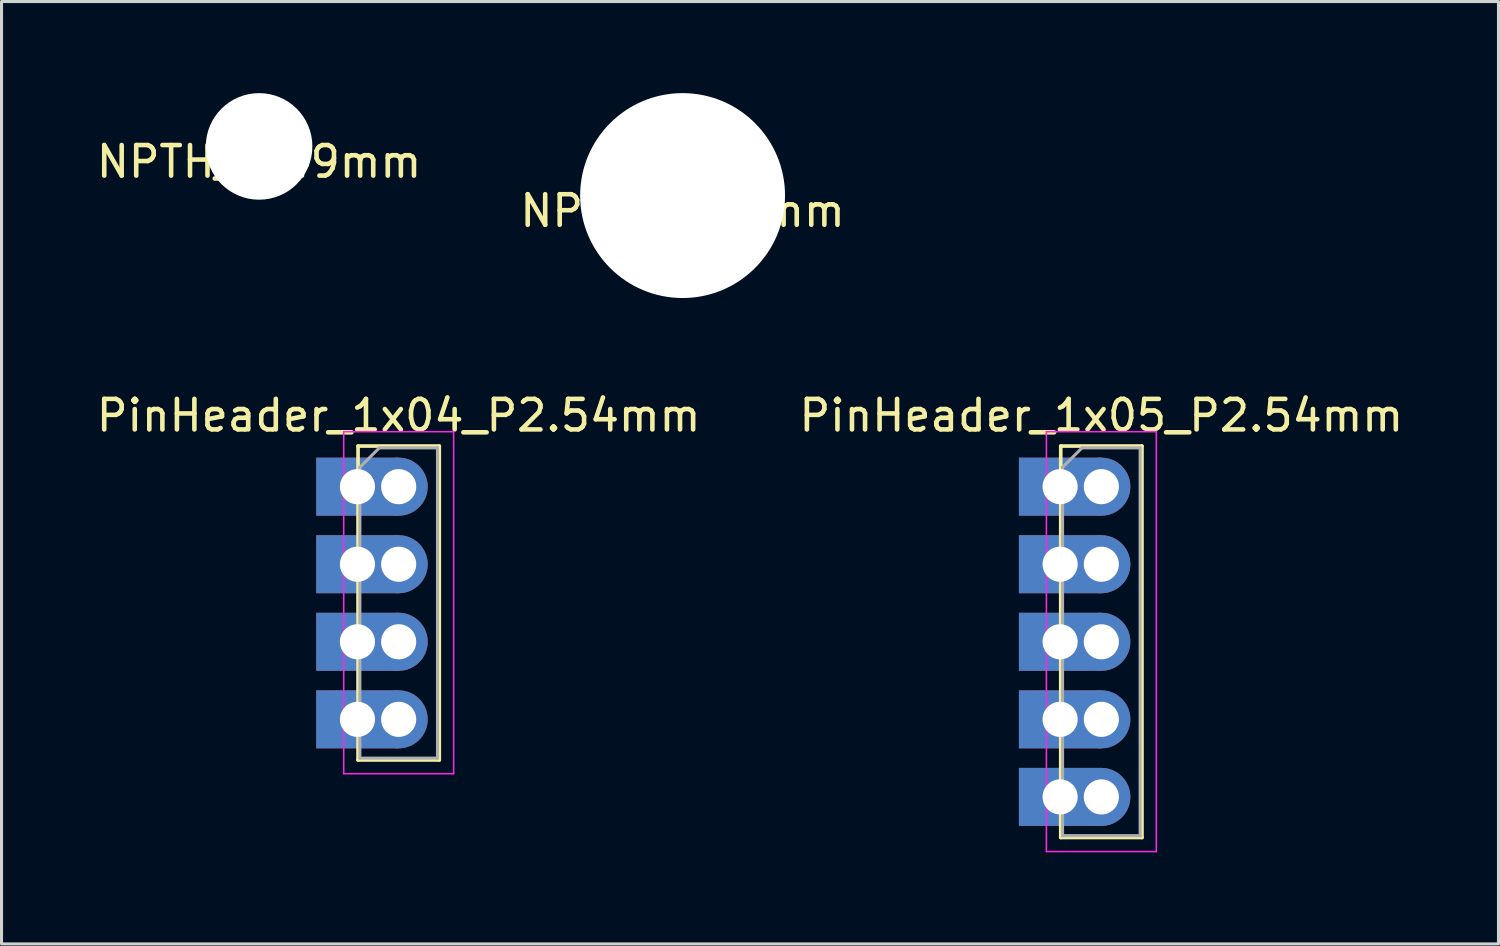
<source format=kicad_pcb>
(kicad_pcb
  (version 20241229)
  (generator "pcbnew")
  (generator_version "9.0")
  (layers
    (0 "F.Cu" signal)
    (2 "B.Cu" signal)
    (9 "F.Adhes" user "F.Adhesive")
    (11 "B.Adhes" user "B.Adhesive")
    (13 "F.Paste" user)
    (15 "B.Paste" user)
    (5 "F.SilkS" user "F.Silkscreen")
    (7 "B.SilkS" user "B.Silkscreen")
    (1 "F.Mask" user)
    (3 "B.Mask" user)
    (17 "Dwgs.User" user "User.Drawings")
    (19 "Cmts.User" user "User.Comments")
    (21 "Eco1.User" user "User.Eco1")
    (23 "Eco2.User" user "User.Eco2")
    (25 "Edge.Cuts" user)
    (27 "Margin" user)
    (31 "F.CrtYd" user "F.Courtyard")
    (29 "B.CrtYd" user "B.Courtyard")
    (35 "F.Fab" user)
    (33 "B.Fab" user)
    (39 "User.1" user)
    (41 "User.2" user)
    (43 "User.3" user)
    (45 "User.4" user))
  (footprint "NPTH_6.71mm"
    (layer "F.Cu")
    (at 19.304 3.355)
    (property "Reference" "NPTH_6.71mm" (at 0 0.5 0) (unlocked yes) (layer "F.SilkS") (effects (font (size 1 1) (thickness 0.15))))
    (attr through_hole)
    (pad "" np_thru_hole circle (at 0 0) (size 6.71 6.71) (drill 6.71) (layers "*.Cu" "*.Mask")))
  (footprint "NPTH_3.49mm"
    (layer "F.Cu")
    (at 5.435 1.745)
    (property "Reference" "NPTH_3.49mm" (at 0 0.5 0) (unlocked yes) (layer "F.SilkS") (effects (font (size 1 1) (thickness 0.15))))
    (attr through_hole)
    (pad "" np_thru_hole circle (at 0 0) (size 3.49 3.49) (drill 3.49) (layers "*.Cu" "*.Mask")))
  (footprint "PinHeader_1x04_P2.54mm"
    (layer "F.Cu")
    (at 10.006 12.888)
    (property "Reference" "PinHeader_1x04_P2.54mm" (at 0 -2.33 0) (layer "F.SilkS") (effects (font (size 1 1) (thickness 0.15))))
    (attr through_hole)
    (fp_line (start -1.33 -1.33) (end -1.33 8.95) (stroke (width 0.12) (type solid)) (layer "F.SilkS"))
    (fp_line (start -1.33 -1.33) (end 1.33 -1.33) (stroke (width 0.12) (type solid)) (layer "F.SilkS"))
    (fp_line (start -1.33 8.95) (end 1.33 8.95) (stroke (width 0.12) (type solid)) (layer "F.SilkS"))
    (fp_line (start 1.33 -1.33) (end 1.33 8.95) (stroke (width 0.12) (type solid)) (layer "F.SilkS"))
    (fp_line (start -1.8 -1.8) (end -1.8 9.4) (stroke (width 0.05) (type solid)) (layer "F.CrtYd"))
    (fp_line (start -1.8 9.4) (end 1.8 9.4) (stroke (width 0.05) (type solid)) (layer "F.CrtYd"))
    (fp_line (start 1.8 -1.8) (end -1.8 -1.8) (stroke (width 0.05) (type solid)) (layer "F.CrtYd"))
    (fp_line (start 1.8 9.4) (end 1.8 -1.8) (stroke (width 0.05) (type solid)) (layer "F.CrtYd"))
    (fp_line (start -1.27 -0.635) (end -0.635 -1.27) (stroke (width 0.1) (type solid)) (layer "F.Fab"))
    (fp_line (start -1.27 8.89) (end -1.27 -0.635) (stroke (width 0.1) (type solid)) (layer "F.Fab"))
    (fp_line (start -0.635 -1.27) (end 1.27 -1.27) (stroke (width 0.1) (type solid)) (layer "F.Fab"))
    (fp_line (start 1.27 -1.27) (end 1.27 8.89) (stroke (width 0.1) (type solid)) (layer "F.Fab"))
    (fp_line (start 1.27 8.89) (end -1.27 8.89) (stroke (width 0.1) (type solid)) (layer "F.Fab"))
    (pad "1" thru_hole rect (at -1.35 0) (size 2.7 1.9) (drill 1.15) (layers "*.Cu" "*.Mask"))
    (pad "1" thru_hole circle (at 0 0) (size 1.9 1.9) (drill 1.15) (layers "*.Cu" "*.Mask"))
    (pad "2" thru_hole rect (at -1.35 2.54) (size 2.7 1.9) (drill 1.15) (layers "*.Cu" "*.Mask"))
    (pad "2" thru_hole circle (at 0 2.54) (size 1.9 1.9) (drill 1.15) (layers "*.Cu" "*.Mask"))
    (pad "3" thru_hole rect (at -1.35 5.08) (size 2.7 1.9) (drill 1.15) (layers "*.Cu" "*.Mask"))
    (pad "3" thru_hole circle (at 0 5.08) (size 1.9 1.9) (drill 1.15) (layers "*.Cu" "*.Mask"))
    (pad "4" thru_hole rect (at -1.35 7.62) (size 2.7 1.9) (drill 1.15) (layers "*.Cu" "*.Mask"))
    (pad "4" thru_hole circle (at 0 7.62) (size 1.9 1.9) (drill 1.15) (layers "*.Cu" "*.Mask")))
  (footprint "PinHeader_1x05_P2.54mm"
    (layer "F.Cu")
    (at 33.018 12.888)
    (property "Reference" "PinHeader_1x05_P2.54mm" (at 0 -2.33 0) (layer "F.SilkS") (effects (font (size 1 1) (thickness 0.15))))
    (attr through_hole)
    (fp_line (start -1.33 -1.33) (end -1.33 11.49) (stroke (width 0.12) (type solid)) (layer "F.SilkS"))
    (fp_line (start -1.33 -1.33) (end 1.33 -1.33) (stroke (width 0.12) (type solid)) (layer "F.SilkS"))
    (fp_line (start -1.33 11.49) (end 1.33 11.49) (stroke (width 0.12) (type solid)) (layer "F.SilkS"))
    (fp_line (start 1.33 -1.33) (end 1.33 11.49) (stroke (width 0.12) (type solid)) (layer "F.SilkS"))
    (fp_line (start -1.8 -1.8) (end -1.8 11.95) (stroke (width 0.05) (type solid)) (layer "F.CrtYd"))
    (fp_line (start -1.8 11.95) (end 1.8 11.95) (stroke (width 0.05) (type solid)) (layer "F.CrtYd"))
    (fp_line (start 1.8 -1.8) (end -1.8 -1.8) (stroke (width 0.05) (type solid)) (layer "F.CrtYd"))
    (fp_line (start 1.8 11.95) (end 1.8 -1.8) (stroke (width 0.05) (type solid)) (layer "F.CrtYd"))
    (fp_line (start -1.27 -0.635) (end -0.635 -1.27) (stroke (width 0.1) (type solid)) (layer "F.Fab"))
    (fp_line (start -1.27 11.43) (end -1.27 -0.635) (stroke (width 0.1) (type solid)) (layer "F.Fab"))
    (fp_line (start -0.635 -1.27) (end 1.27 -1.27) (stroke (width 0.1) (type solid)) (layer "F.Fab"))
    (fp_line (start 1.27 -1.27) (end 1.27 11.43) (stroke (width 0.1) (type solid)) (layer "F.Fab"))
    (fp_line (start 1.27 11.43) (end -1.27 11.43) (stroke (width 0.1) (type solid)) (layer "F.Fab"))
    (pad "1" thru_hole rect (at -1.35 0) (size 2.7 1.9) (drill 1.15) (layers "*.Cu" "*.Mask"))
    (pad "1" thru_hole circle (at 0 0) (size 1.9 1.9) (drill 1.15) (layers "*.Cu" "*.Mask"))
    (pad "2" thru_hole rect (at -1.35 2.54) (size 2.7 1.9) (drill 1.15) (layers "*.Cu" "*.Mask"))
    (pad "2" thru_hole circle (at 0 2.54) (size 1.9 1.9) (drill 1.15) (layers "*.Cu" "*.Mask"))
    (pad "3" thru_hole rect (at -1.35 5.08) (size 2.7 1.9) (drill 1.15) (layers "*.Cu" "*.Mask"))
    (pad "3" thru_hole circle (at 0 5.08) (size 1.9 1.9) (drill 1.15) (layers "*.Cu" "*.Mask"))
    (pad "4" thru_hole rect (at -1.35 7.62) (size 2.7 1.9) (drill 1.15) (layers "*.Cu" "*.Mask"))
    (pad "4" thru_hole circle (at 0 7.62) (size 1.9 1.9) (drill 1.15) (layers "*.Cu" "*.Mask"))
    (pad "5" thru_hole rect (at -1.35 10.16) (size 2.7 1.9) (drill 1.15) (layers "*.Cu" "*.Mask"))
    (pad "5" thru_hole circle (at 0 10.16) (size 1.9 1.9) (drill 1.15) (layers "*.Cu" "*.Mask")))
  (gr_rect
    (start -3 -3)
    (end 46.024 27.863)
    (stroke (width 0.1) (type default))
    (fill no)
    (layer "Edge.Cuts")))
</source>
